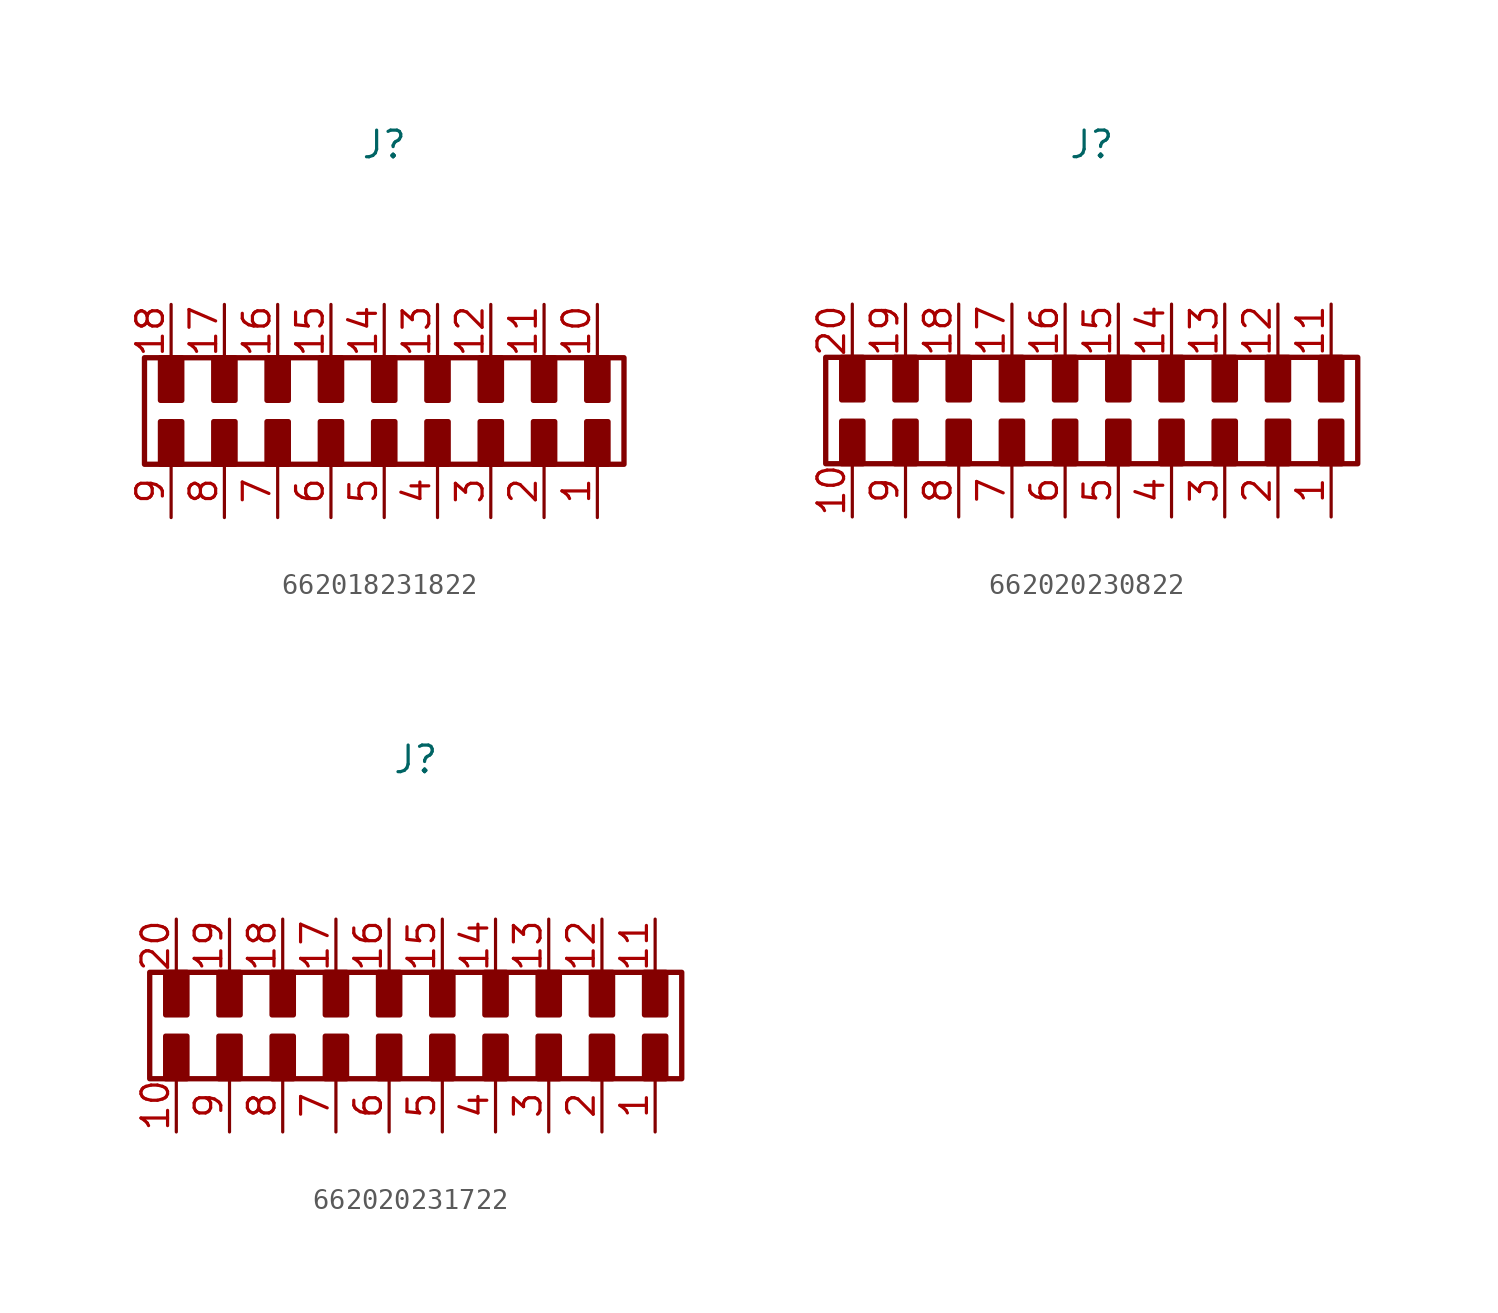
<source format=kicad_sym>
(kicad_symbol_lib
  (version 20241209)
  (generator "kicad_symbol_editor")
  (generator_version "9.0")
  (symbol "662018231822"
    (pin_names
      (hide yes))
    (property "Reference" "J"
      (at 0 12.7 0)
      (effects (font (size 1.27 1.27))))
    (symbol "662018231822_1_1"
      (rectangle (start -11.43 2.54) (end 11.43 -2.54) (stroke (width 0.254) (type solid)) (fill (type none)))
      (rectangle (start -10.668 2.54) (end -9.652 0.508) (stroke (width 0.254) (type solid)) (fill (type outline)))
      (rectangle (start -10.668 -0.508) (end -9.652 -2.54) (stroke (width 0.254) (type solid)) (fill (type outline)))
      (rectangle (start -8.128 2.54) (end -7.112 0.508) (stroke (width 0.254) (type solid)) (fill (type outline)))
      (rectangle (start -8.128 -0.508) (end -7.112 -2.54) (stroke (width 0.254) (type solid)) (fill (type outline)))
      (rectangle (start -5.588 2.54) (end -4.572 0.508) (stroke (width 0.254) (type solid)) (fill (type outline)))
      (rectangle (start -5.588 -0.508) (end -4.572 -2.54) (stroke (width 0.254) (type solid)) (fill (type outline)))
      (rectangle (start -3.048 2.54) (end -2.032 0.508) (stroke (width 0.254) (type solid)) (fill (type outline)))
      (rectangle (start -3.048 -0.508) (end -2.032 -2.54) (stroke (width 0.254) (type solid)) (fill (type outline)))
      (rectangle (start -0.508 2.54) (end 0.508 0.508) (stroke (width 0.254) (type solid)) (fill (type outline)))
      (rectangle (start -0.508 -0.508) (end 0.508 -2.54) (stroke (width 0.254) (type solid)) (fill (type outline)))
      (rectangle (start 2.032 2.54) (end 3.048 0.508) (stroke (width 0.254) (type solid)) (fill (type outline)))
      (rectangle (start 2.032 -0.508) (end 3.048 -2.54) (stroke (width 0.254) (type solid)) (fill (type outline)))
      (rectangle (start 4.572 2.54) (end 5.588 0.508) (stroke (width 0.254) (type solid)) (fill (type outline)))
      (rectangle (start 4.572 -0.508) (end 5.588 -2.54) (stroke (width 0.254) (type solid)) (fill (type outline)))
      (rectangle (start 7.112 2.54) (end 8.128 0.508) (stroke (width 0.254) (type solid)) (fill (type outline)))
      (rectangle (start 7.112 -0.508) (end 8.128 -2.54) (stroke (width 0.254) (type solid)) (fill (type outline)))
      (rectangle (start 9.652 2.54) (end 10.668 0.508) (stroke (width 0.254) (type solid)) (fill (type outline)))
      (rectangle (start 9.652 -0.508) (end 10.668 -2.54) (stroke (width 0.254) (type solid)) (fill (type outline)))
      (pin passive line (at -10.16 5.08 270) (length 2.54) (name "18" (effects (font (size 1.27 1.27)))) (number "18" (effects (font (size 1.27 1.27)))))
      (pin passive line (at -10.16 -5.08 90) (length 2.54) (name "9" (effects (font (size 1.27 1.27)))) (number "9" (effects (font (size 1.27 1.27)))))
      (pin passive line (at -7.62 5.08 270) (length 2.54) (name "17" (effects (font (size 1.27 1.27)))) (number "17" (effects (font (size 1.27 1.27)))))
      (pin passive line (at -7.62 -5.08 90) (length 2.54) (name "8" (effects (font (size 1.27 1.27)))) (number "8" (effects (font (size 1.27 1.27)))))
      (pin passive line (at -5.08 5.08 270) (length 2.54) (name "16" (effects (font (size 1.27 1.27)))) (number "16" (effects (font (size 1.27 1.27)))))
      (pin passive line (at -5.08 -5.08 90) (length 2.54) (name "7" (effects (font (size 1.27 1.27)))) (number "7" (effects (font (size 1.27 1.27)))))
      (pin passive line (at -2.54 5.08 270) (length 2.54) (name "15" (effects (font (size 1.27 1.27)))) (number "15" (effects (font (size 1.27 1.27)))))
      (pin passive line (at -2.54 -5.08 90) (length 2.54) (name "6" (effects (font (size 1.27 1.27)))) (number "6" (effects (font (size 1.27 1.27)))))
      (pin passive line (at 0 5.08 270) (length 2.54) (name "14" (effects (font (size 1.27 1.27)))) (number "14" (effects (font (size 1.27 1.27)))))
      (pin passive line (at 0 -5.08 90) (length 2.54) (name "5" (effects (font (size 1.27 1.27)))) (number "5" (effects (font (size 1.27 1.27)))))
      (pin passive line (at 2.54 5.08 270) (length 2.54) (name "13" (effects (font (size 1.27 1.27)))) (number "13" (effects (font (size 1.27 1.27)))))
      (pin passive line (at 2.54 -5.08 90) (length 2.54) (name "4" (effects (font (size 1.27 1.27)))) (number "4" (effects (font (size 1.27 1.27)))))
      (pin passive line (at 5.08 5.08 270) (length 2.54) (name "12" (effects (font (size 1.27 1.27)))) (number "12" (effects (font (size 1.27 1.27)))))
      (pin passive line (at 5.08 -5.08 90) (length 2.54) (name "3" (effects (font (size 1.27 1.27)))) (number "3" (effects (font (size 1.27 1.27)))))
      (pin passive line (at 7.62 5.08 270) (length 2.54) (name "11" (effects (font (size 1.27 1.27)))) (number "11" (effects (font (size 1.27 1.27)))))
      (pin passive line (at 7.62 -5.08 90) (length 2.54) (name "2" (effects (font (size 1.27 1.27)))) (number "2" (effects (font (size 1.27 1.27)))))
      (pin passive line (at 10.16 5.08 270) (length 2.54) (name "10" (effects (font (size 1.27 1.27)))) (number "10" (effects (font (size 1.27 1.27)))))
      (pin passive line (at 10.16 -5.08 90) (length 2.54) (name "1" (effects (font (size 1.27 1.27)))) (number "1" (effects (font (size 1.27 1.27)))))))
  (symbol "662020230822"
    (pin_names
      (hide yes))
    (property "Reference" "J"
      (at 0 12.7 0)
      (effects (font (size 1.27 1.27))))
    (symbol "662020230822_1_1"
      (rectangle (start -12.7 2.54) (end 12.7 -2.54) (stroke (width 0.254) (type solid)) (fill (type none)))
      (rectangle (start -11.938 2.54) (end -10.922 0.508) (stroke (width 0.254) (type solid)) (fill (type outline)))
      (rectangle (start -11.938 -0.508) (end -10.922 -2.54) (stroke (width 0.254) (type solid)) (fill (type outline)))
      (rectangle (start -9.398 2.54) (end -8.382 0.508) (stroke (width 0.254) (type solid)) (fill (type outline)))
      (rectangle (start -9.398 -0.508) (end -8.382 -2.54) (stroke (width 0.254) (type solid)) (fill (type outline)))
      (rectangle (start -6.858 2.54) (end -5.842 0.508) (stroke (width 0.254) (type solid)) (fill (type outline)))
      (rectangle (start -6.858 -0.508) (end -5.842 -2.54) (stroke (width 0.254) (type solid)) (fill (type outline)))
      (rectangle (start -4.318 2.54) (end -3.302 0.508) (stroke (width 0.254) (type solid)) (fill (type outline)))
      (rectangle (start -4.318 -0.508) (end -3.302 -2.54) (stroke (width 0.254) (type solid)) (fill (type outline)))
      (rectangle (start -1.778 2.54) (end -0.762 0.508) (stroke (width 0.254) (type solid)) (fill (type outline)))
      (rectangle (start -1.778 -0.508) (end -0.762 -2.54) (stroke (width 0.254) (type solid)) (fill (type outline)))
      (rectangle (start 0.762 2.54) (end 1.778 0.508) (stroke (width 0.254) (type solid)) (fill (type outline)))
      (rectangle (start 0.762 -0.508) (end 1.778 -2.54) (stroke (width 0.254) (type solid)) (fill (type outline)))
      (rectangle (start 3.302 2.54) (end 4.318 0.508) (stroke (width 0.254) (type solid)) (fill (type outline)))
      (rectangle (start 3.302 -0.508) (end 4.318 -2.54) (stroke (width 0.254) (type solid)) (fill (type outline)))
      (rectangle (start 5.842 2.54) (end 6.858 0.508) (stroke (width 0.254) (type solid)) (fill (type outline)))
      (rectangle (start 5.842 -0.508) (end 6.858 -2.54) (stroke (width 0.254) (type solid)) (fill (type outline)))
      (rectangle (start 8.382 2.54) (end 9.398 0.508) (stroke (width 0.254) (type solid)) (fill (type outline)))
      (rectangle (start 8.382 -0.508) (end 9.398 -2.54) (stroke (width 0.254) (type solid)) (fill (type outline)))
      (rectangle (start 10.922 2.54) (end 11.938 0.508) (stroke (width 0.254) (type solid)) (fill (type outline)))
      (rectangle (start 10.922 -0.508) (end 11.938 -2.54) (stroke (width 0.254) (type solid)) (fill (type outline)))
      (pin passive line (at -11.43 5.08 270) (length 2.54) (name "20" (effects (font (size 1.27 1.27)))) (number "20" (effects (font (size 1.27 1.27)))))
      (pin passive line (at -11.43 -5.08 90) (length 2.54) (name "10" (effects (font (size 1.27 1.27)))) (number "10" (effects (font (size 1.27 1.27)))))
      (pin passive line (at -8.89 5.08 270) (length 2.54) (name "19" (effects (font (size 1.27 1.27)))) (number "19" (effects (font (size 1.27 1.27)))))
      (pin passive line (at -8.89 -5.08 90) (length 2.54) (name "9" (effects (font (size 1.27 1.27)))) (number "9" (effects (font (size 1.27 1.27)))))
      (pin passive line (at -6.35 5.08 270) (length 2.54) (name "18" (effects (font (size 1.27 1.27)))) (number "18" (effects (font (size 1.27 1.27)))))
      (pin passive line (at -6.35 -5.08 90) (length 2.54) (name "8" (effects (font (size 1.27 1.27)))) (number "8" (effects (font (size 1.27 1.27)))))
      (pin passive line (at -3.81 5.08 270) (length 2.54) (name "17" (effects (font (size 1.27 1.27)))) (number "17" (effects (font (size 1.27 1.27)))))
      (pin passive line (at -3.81 -5.08 90) (length 2.54) (name "7" (effects (font (size 1.27 1.27)))) (number "7" (effects (font (size 1.27 1.27)))))
      (pin passive line (at -1.27 5.08 270) (length 2.54) (name "16" (effects (font (size 1.27 1.27)))) (number "16" (effects (font (size 1.27 1.27)))))
      (pin passive line (at -1.27 -5.08 90) (length 2.54) (name "6" (effects (font (size 1.27 1.27)))) (number "6" (effects (font (size 1.27 1.27)))))
      (pin passive line (at 1.27 5.08 270) (length 2.54) (name "15" (effects (font (size 1.27 1.27)))) (number "15" (effects (font (size 1.27 1.27)))))
      (pin passive line (at 1.27 -5.08 90) (length 2.54) (name "5" (effects (font (size 1.27 1.27)))) (number "5" (effects (font (size 1.27 1.27)))))
      (pin passive line (at 3.81 5.08 270) (length 2.54) (name "14" (effects (font (size 1.27 1.27)))) (number "14" (effects (font (size 1.27 1.27)))))
      (pin passive line (at 3.81 -5.08 90) (length 2.54) (name "4" (effects (font (size 1.27 1.27)))) (number "4" (effects (font (size 1.27 1.27)))))
      (pin passive line (at 6.35 5.08 270) (length 2.54) (name "13" (effects (font (size 1.27 1.27)))) (number "13" (effects (font (size 1.27 1.27)))))
      (pin passive line (at 6.35 -5.08 90) (length 2.54) (name "3" (effects (font (size 1.27 1.27)))) (number "3" (effects (font (size 1.27 1.27)))))
      (pin passive line (at 8.89 5.08 270) (length 2.54) (name "12" (effects (font (size 1.27 1.27)))) (number "12" (effects (font (size 1.27 1.27)))))
      (pin passive line (at 8.89 -5.08 90) (length 2.54) (name "2" (effects (font (size 1.27 1.27)))) (number "2" (effects (font (size 1.27 1.27)))))
      (pin passive line (at 11.43 5.08 270) (length 2.54) (name "11" (effects (font (size 1.27 1.27)))) (number "11" (effects (font (size 1.27 1.27)))))
      (pin passive line (at 11.43 -5.08 90) (length 2.54) (name "1" (effects (font (size 1.27 1.27)))) (number "1" (effects (font (size 1.27 1.27)))))))
  (symbol "662020231722"
    (pin_names
      (hide yes))
    (property "Reference" "J"
      (at 0 12.7 0)
      (effects (font (size 1.27 1.27))))
    (symbol "662020231722_1_1"
      (rectangle (start -12.7 2.54) (end 12.7 -2.54) (stroke (width 0.254) (type solid)) (fill (type none)))
      (rectangle (start -11.938 2.54) (end -10.922 0.508) (stroke (width 0.254) (type solid)) (fill (type outline)))
      (rectangle (start -11.938 -0.508) (end -10.922 -2.54) (stroke (width 0.254) (type solid)) (fill (type outline)))
      (rectangle (start -9.398 2.54) (end -8.382 0.508) (stroke (width 0.254) (type solid)) (fill (type outline)))
      (rectangle (start -9.398 -0.508) (end -8.382 -2.54) (stroke (width 0.254) (type solid)) (fill (type outline)))
      (rectangle (start -6.858 2.54) (end -5.842 0.508) (stroke (width 0.254) (type solid)) (fill (type outline)))
      (rectangle (start -6.858 -0.508) (end -5.842 -2.54) (stroke (width 0.254) (type solid)) (fill (type outline)))
      (rectangle (start -4.318 2.54) (end -3.302 0.508) (stroke (width 0.254) (type solid)) (fill (type outline)))
      (rectangle (start -4.318 -0.508) (end -3.302 -2.54) (stroke (width 0.254) (type solid)) (fill (type outline)))
      (rectangle (start -1.778 2.54) (end -0.762 0.508) (stroke (width 0.254) (type solid)) (fill (type outline)))
      (rectangle (start -1.778 -0.508) (end -0.762 -2.54) (stroke (width 0.254) (type solid)) (fill (type outline)))
      (rectangle (start 0.762 2.54) (end 1.778 0.508) (stroke (width 0.254) (type solid)) (fill (type outline)))
      (rectangle (start 0.762 -0.508) (end 1.778 -2.54) (stroke (width 0.254) (type solid)) (fill (type outline)))
      (rectangle (start 3.302 2.54) (end 4.318 0.508) (stroke (width 0.254) (type solid)) (fill (type outline)))
      (rectangle (start 3.302 -0.508) (end 4.318 -2.54) (stroke (width 0.254) (type solid)) (fill (type outline)))
      (rectangle (start 5.842 2.54) (end 6.858 0.508) (stroke (width 0.254) (type solid)) (fill (type outline)))
      (rectangle (start 5.842 -0.508) (end 6.858 -2.54) (stroke (width 0.254) (type solid)) (fill (type outline)))
      (rectangle (start 8.382 2.54) (end 9.398 0.508) (stroke (width 0.254) (type solid)) (fill (type outline)))
      (rectangle (start 8.382 -0.508) (end 9.398 -2.54) (stroke (width 0.254) (type solid)) (fill (type outline)))
      (rectangle (start 10.922 2.54) (end 11.938 0.508) (stroke (width 0.254) (type solid)) (fill (type outline)))
      (rectangle (start 10.922 -0.508) (end 11.938 -2.54) (stroke (width 0.254) (type solid)) (fill (type outline)))
      (pin passive line (at -11.43 5.08 270) (length 2.54) (name "20" (effects (font (size 1.27 1.27)))) (number "20" (effects (font (size 1.27 1.27)))))
      (pin passive line (at -11.43 -5.08 90) (length 2.54) (name "10" (effects (font (size 1.27 1.27)))) (number "10" (effects (font (size 1.27 1.27)))))
      (pin passive line (at -8.89 5.08 270) (length 2.54) (name "19" (effects (font (size 1.27 1.27)))) (number "19" (effects (font (size 1.27 1.27)))))
      (pin passive line (at -8.89 -5.08 90) (length 2.54) (name "9" (effects (font (size 1.27 1.27)))) (number "9" (effects (font (size 1.27 1.27)))))
      (pin passive line (at -6.35 5.08 270) (length 2.54) (name "18" (effects (font (size 1.27 1.27)))) (number "18" (effects (font (size 1.27 1.27)))))
      (pin passive line (at -6.35 -5.08 90) (length 2.54) (name "8" (effects (font (size 1.27 1.27)))) (number "8" (effects (font (size 1.27 1.27)))))
      (pin passive line (at -3.81 5.08 270) (length 2.54) (name "17" (effects (font (size 1.27 1.27)))) (number "17" (effects (font (size 1.27 1.27)))))
      (pin passive line (at -3.81 -5.08 90) (length 2.54) (name "7" (effects (font (size 1.27 1.27)))) (number "7" (effects (font (size 1.27 1.27)))))
      (pin passive line (at -1.27 5.08 270) (length 2.54) (name "16" (effects (font (size 1.27 1.27)))) (number "16" (effects (font (size 1.27 1.27)))))
      (pin passive line (at -1.27 -5.08 90) (length 2.54) (name "6" (effects (font (size 1.27 1.27)))) (number "6" (effects (font (size 1.27 1.27)))))
      (pin passive line (at 1.27 5.08 270) (length 2.54) (name "15" (effects (font (size 1.27 1.27)))) (number "15" (effects (font (size 1.27 1.27)))))
      (pin passive line (at 1.27 -5.08 90) (length 2.54) (name "5" (effects (font (size 1.27 1.27)))) (number "5" (effects (font (size 1.27 1.27)))))
      (pin passive line (at 3.81 5.08 270) (length 2.54) (name "14" (effects (font (size 1.27 1.27)))) (number "14" (effects (font (size 1.27 1.27)))))
      (pin passive line (at 3.81 -5.08 90) (length 2.54) (name "4" (effects (font (size 1.27 1.27)))) (number "4" (effects (font (size 1.27 1.27)))))
      (pin passive line (at 6.35 5.08 270) (length 2.54) (name "13" (effects (font (size 1.27 1.27)))) (number "13" (effects (font (size 1.27 1.27)))))
      (pin passive line (at 6.35 -5.08 90) (length 2.54) (name "3" (effects (font (size 1.27 1.27)))) (number "3" (effects (font (size 1.27 1.27)))))
      (pin passive line (at 8.89 5.08 270) (length 2.54) (name "12" (effects (font (size 1.27 1.27)))) (number "12" (effects (font (size 1.27 1.27)))))
      (pin passive line (at 8.89 -5.08 90) (length 2.54) (name "2" (effects (font (size 1.27 1.27)))) (number "2" (effects (font (size 1.27 1.27)))))
      (pin passive line (at 11.43 5.08 270) (length 2.54) (name "11" (effects (font (size 1.27 1.27)))) (number "11" (effects (font (size 1.27 1.27)))))
      (pin passive line (at 11.43 -5.08 90) (length 2.54) (name "1" (effects (font (size 1.27 1.27)))) (number "1" (effects (font (size 1.27 1.27))))))))
</source>
